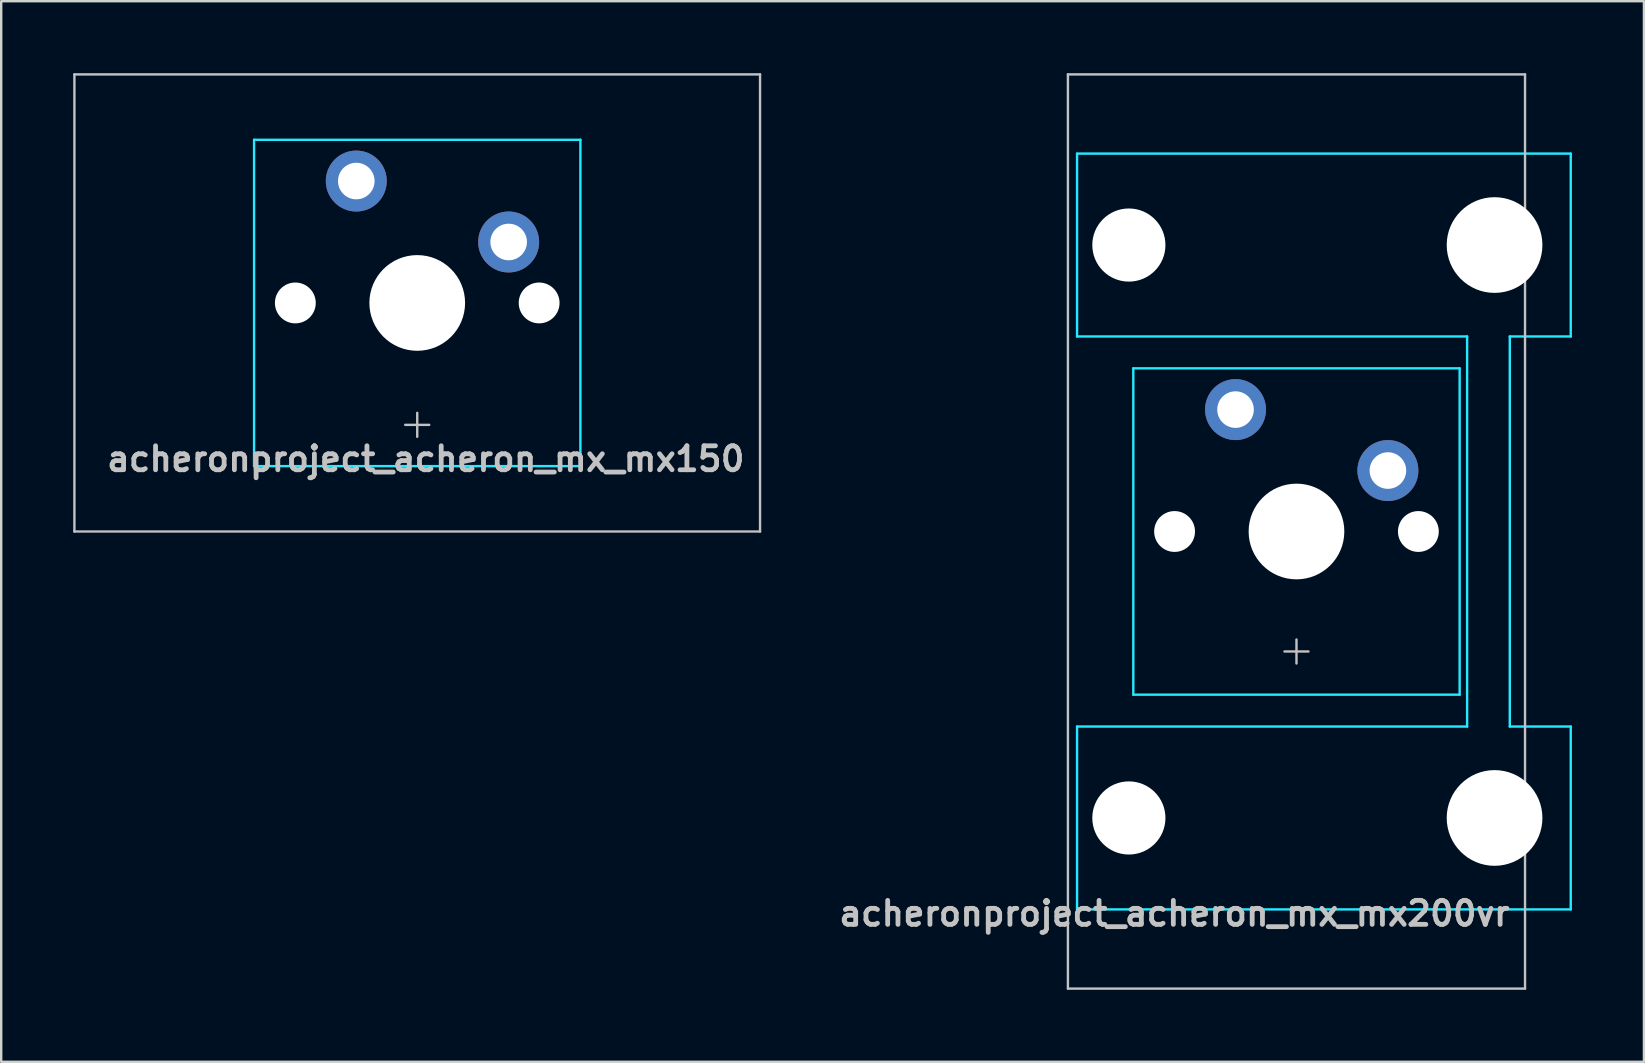
<source format=kicad_pcb>
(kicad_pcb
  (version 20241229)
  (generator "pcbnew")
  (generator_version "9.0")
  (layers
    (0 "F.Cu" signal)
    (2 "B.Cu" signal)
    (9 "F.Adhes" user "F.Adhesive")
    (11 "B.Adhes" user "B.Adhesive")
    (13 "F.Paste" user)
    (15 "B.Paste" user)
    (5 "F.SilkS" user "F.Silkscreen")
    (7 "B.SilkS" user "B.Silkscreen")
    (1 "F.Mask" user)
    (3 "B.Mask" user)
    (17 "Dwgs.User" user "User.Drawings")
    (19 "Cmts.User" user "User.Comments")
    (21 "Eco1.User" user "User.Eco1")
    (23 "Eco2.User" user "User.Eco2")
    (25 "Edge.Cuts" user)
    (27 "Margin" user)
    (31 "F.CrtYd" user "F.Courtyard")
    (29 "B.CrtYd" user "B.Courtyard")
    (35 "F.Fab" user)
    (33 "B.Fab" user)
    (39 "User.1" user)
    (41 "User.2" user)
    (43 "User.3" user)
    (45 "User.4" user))
  (footprint "acheronproject_acheron_mx_mx150"
    (layer "F.Cu")
    (at 14.338 9.575)
    (property "Reference" "acheronproject_acheron_mx_mx150" (at 13.75 6.5 0) (layer "Dwgs.User") (effects (font (size 1 1) (thickness 0.2)) (justify right)))
    (attr through_hole)
    (fp_line (start -14.287 -9.525) (end -14.287 9.525) (stroke (width 0.1) (type solid)) (layer "Dwgs.User"))
    (fp_line (start -14.287 -9.525) (end 14.287 -9.525) (stroke (width 0.1) (type solid)) (layer "Dwgs.User"))
    (fp_line (start -14.287 9.525) (end 14.287 9.525) (stroke (width 0.1) (type solid)) (layer "Dwgs.User"))
    (fp_line (start 0 5.58) (end 0 4.58) (stroke (width 0.1) (type solid)) (layer "Dwgs.User"))
    (fp_line (start 0.5 5.08) (end -0.5 5.08) (stroke (width 0.1) (type solid)) (layer "Dwgs.User"))
    (fp_line (start 14.287 -9.525) (end 14.287 9.525) (stroke (width 0.1) (type solid)) (layer "Dwgs.User"))
    (fp_line (start -7 -6.5) (end -7 6.5) (stroke (width 0.1) (type solid)) (layer "Eco1.User"))
    (fp_line (start -6.5 7) (end 6.5 7) (stroke (width 0.1) (type solid)) (layer "Eco1.User"))
    (fp_line (start 6.5 -7) (end -6.5 -7) (stroke (width 0.1) (type solid)) (layer "Eco1.User"))
    (fp_line (start 7 6.5) (end 7 -6.5) (stroke (width 0.1) (type solid)) (layer "Eco1.User"))
    (fp_arc (start -7 -6.5) (mid -6.853553 -6.853553) (end -6.5 -7) (stroke (width 0.1) (type solid)) (layer "Eco1.User"))
    (fp_arc (start -6.5 7) (mid -6.853553 6.853553) (end -7 6.5) (stroke (width 0.1) (type solid)) (layer "Eco1.User"))
    (fp_arc (start 6.5 -7) (mid 6.853553 -6.853553) (end 7 -6.5) (stroke (width 0.1) (type solid)) (layer "Eco1.User"))
    (fp_arc (start 7 6.5) (mid 6.853553 6.853553) (end 6.5 7) (stroke (width 0.1) (type solid)) (layer "Eco1.User"))
    (fp_line (start -6.8 -6.8) (end 6.8 -6.8) (stroke (width 0.1) (type solid)) (layer "B.CrtYd"))
    (fp_line (start -6.8 6.8) (end -6.8 -6.8) (stroke (width 0.1) (type solid)) (layer "B.CrtYd"))
    (fp_line (start -6.8 6.8) (end 6.8 6.8) (stroke (width 0.1) (type solid)) (layer "B.CrtYd"))
    (fp_line (start 6.8 6.8) (end 6.8 -6.8) (stroke (width 0.1) (type solid)) (layer "B.CrtYd"))
    (pad "" np_thru_hole circle (at -5.08 0) (size 1.702 1.702) (drill 1.702) (layers "*.Cu" "*.Mask"))
    (pad "" np_thru_hole circle (at 0 0) (size 3.988 3.988) (drill 3.988) (layers "*.Cu" "*.Mask"))
    (pad "" np_thru_hole circle (at 5.08 0) (size 1.702 1.702) (drill 1.702) (layers "*.Cu" "*.Mask"))
    (pad "1" thru_hole circle (at -2.54 -5.08) (size 2.54 2.54) (drill 1.524) (layers "*.Cu" "*.Mask"))
    (pad "2" thru_hole circle (at 3.81 -2.54) (size 2.54 2.54) (drill 1.524) (layers "*.Cu" "*.Mask")))
  (footprint "acheronproject_acheron_mx_mx200vr"
    (layer "F.Cu")
    (at 50.98 19.02)
    (property "Reference" "acheronproject_acheron_mx_mx200vr" (at 9 16 0) (layer "Dwgs.User") (effects (font (size 1 1) (thickness 0.2)) (justify right)))
    (attr through_hole)
    (fp_line (start -9.525 -18.97) (end -9.525 19.13) (stroke (width 0.1) (type solid)) (layer "Dwgs.User"))
    (fp_line (start -0.5 5.08) (end 0.5 5.08) (stroke (width 0.1) (type solid)) (layer "Dwgs.User"))
    (fp_line (start 0 5.58) (end 0 4.58) (stroke (width 0.1) (type solid)) (layer "Dwgs.User"))
    (fp_line (start 9.525 -18.97) (end -9.525 -18.97) (stroke (width 0.1) (type solid)) (layer "Dwgs.User"))
    (fp_line (start 9.525 -18.97) (end 9.525 19.13) (stroke (width 0.1) (type solid)) (layer "Dwgs.User"))
    (fp_line (start 9.525 19.13) (end -9.525 19.13) (stroke (width 0.1) (type solid)) (layer "Dwgs.User"))
    (fp_line (start -7 -6.42) (end -7 6.58) (stroke (width 0.1) (type solid)) (layer "Eco1.User"))
    (fp_line (start -6.5 7.08) (end 6.5 7.08) (stroke (width 0.1) (type solid)) (layer "Eco1.User"))
    (fp_line (start -5.985 -8.858) (end -5.985 -14.858) (stroke (width 0.1) (type solid)) (layer "Eco1.User"))
    (fp_line (start -5.985 15.018) (end -5.985 9.018) (stroke (width 0.1) (type solid)) (layer "Eco1.User"))
    (fp_line (start -5.485 -8.358) (end 8.515 -8.358) (stroke (width 0.1) (type solid)) (layer "Eco1.User"))
    (fp_line (start -5.485 15.518) (end 8.515 15.518) (stroke (width 0.1) (type solid)) (layer "Eco1.User"))
    (fp_line (start 6.5 -6.92) (end -6.5 -6.92) (stroke (width 0.1) (type solid)) (layer "Eco1.User"))
    (fp_line (start 7 6.58) (end 7 -6.42) (stroke (width 0.1) (type solid)) (layer "Eco1.User"))
    (fp_line (start 8.515 -15.358) (end -5.485 -15.358) (stroke (width 0.1) (type solid)) (layer "Eco1.User"))
    (fp_line (start 8.515 8.518) (end -5.485 8.518) (stroke (width 0.1) (type solid)) (layer "Eco1.User"))
    (fp_line (start 9.015 -14.858) (end 9.015 -8.858) (stroke (width 0.1) (type solid)) (layer "Eco1.User"))
    (fp_line (start 9.015 9.018) (end 9.015 15.018) (stroke (width 0.1) (type solid)) (layer "Eco1.User"))
    (fp_arc (start -7 -6.42) (mid -6.853553 -6.773553) (end -6.5 -6.92) (stroke (width 0.1) (type solid)) (layer "Eco1.User"))
    (fp_arc (start -6.5 7.08) (mid -6.853553 6.933553) (end -7 6.58) (stroke (width 0.1) (type solid)) (layer "Eco1.User"))
    (fp_arc (start -5.985 -14.858) (mid -5.838553 -15.211553) (end -5.485 -15.358) (stroke (width 0.1) (type solid)) (layer "Eco1.User"))
    (fp_arc (start -5.985 9.018) (mid -5.838553 8.664447) (end -5.485 8.518) (stroke (width 0.1) (type solid)) (layer "Eco1.User"))
    (fp_arc (start -5.485 -8.358) (mid -5.838553 -8.504447) (end -5.985 -8.858) (stroke (width 0.1) (type solid)) (layer "Eco1.User"))
    (fp_arc (start -5.485 15.518) (mid -5.838553 15.371553) (end -5.985 15.018) (stroke (width 0.1) (type solid)) (layer "Eco1.User"))
    (fp_arc (start 6.5 -6.92) (mid 6.853553 -6.773553) (end 7 -6.42) (stroke (width 0.1) (type solid)) (layer "Eco1.User"))
    (fp_arc (start 7 6.58) (mid 6.853553 6.933553) (end 6.5 7.08) (stroke (width 0.1) (type solid)) (layer "Eco1.User"))
    (fp_arc (start 8.515 -15.358) (mid 8.868553 -15.211553) (end 9.015 -14.858) (stroke (width 0.1) (type solid)) (layer "Eco1.User"))
    (fp_arc (start 8.515 8.518) (mid 8.868553 8.664447) (end 9.015 9.018) (stroke (width 0.1) (type solid)) (layer "Eco1.User"))
    (fp_arc (start 9.015 -8.858) (mid 8.868553 -8.504447) (end 8.515 -8.358) (stroke (width 0.1) (type solid)) (layer "Eco1.User"))
    (fp_arc (start 9.015 15.018) (mid 8.868553 15.371553) (end 8.515 15.518) (stroke (width 0.1) (type solid)) (layer "Eco1.User"))
    (fp_line (start -9.144 -15.668) (end 11.43 -15.668) (stroke (width 0.1) (type solid)) (layer "B.CrtYd"))
    (fp_line (start -9.144 -8.048) (end -9.144 -15.668) (stroke (width 0.1) (type solid)) (layer "B.CrtYd"))
    (fp_line (start -9.144 -8.048) (end 7.112 -8.048) (stroke (width 0.1) (type solid)) (layer "B.CrtYd"))
    (fp_line (start -9.144 8.208) (end 7.112 8.208) (stroke (width 0.1) (type solid)) (layer "B.CrtYd"))
    (fp_line (start -9.144 15.828) (end -9.144 8.208) (stroke (width 0.1) (type solid)) (layer "B.CrtYd"))
    (fp_line (start -6.8 6.88) (end -6.8 -6.72) (stroke (width 0.1) (type solid)) (layer "B.CrtYd"))
    (fp_line (start 6.8 -6.72) (end -6.8 -6.72) (stroke (width 0.1) (type solid)) (layer "B.CrtYd"))
    (fp_line (start 6.8 6.88) (end -6.8 6.88) (stroke (width 0.1) (type solid)) (layer "B.CrtYd"))
    (fp_line (start 6.8 6.88) (end 6.8 -6.72) (stroke (width 0.1) (type solid)) (layer "B.CrtYd"))
    (fp_line (start 7.112 8.208) (end 7.112 -8.048) (stroke (width 0.1) (type solid)) (layer "B.CrtYd"))
    (fp_line (start 8.89 8.208) (end 8.89 -8.048) (stroke (width 0.1) (type solid)) (layer "B.CrtYd"))
    (fp_line (start 11.43 -15.668) (end 11.43 -8.048) (stroke (width 0.1) (type solid)) (layer "B.CrtYd"))
    (fp_line (start 11.43 -8.048) (end 8.89 -8.048) (stroke (width 0.1) (type solid)) (layer "B.CrtYd"))
    (fp_line (start 11.43 8.208) (end 8.89 8.208) (stroke (width 0.1) (type solid)) (layer "B.CrtYd"))
    (fp_line (start 11.43 8.208) (end 11.43 15.828) (stroke (width 0.1) (type solid)) (layer "B.CrtYd"))
    (fp_line (start 11.43 15.828) (end -9.144 15.828) (stroke (width 0.1) (type solid)) (layer "B.CrtYd"))
    (pad "" np_thru_hole circle (at -6.985 -11.858 90) (size 3.048 3.048) (drill 3.048) (layers "*.Cu" "*.Mask"))
    (pad "" np_thru_hole circle (at -6.985 12.018 90) (size 3.048 3.048) (drill 3.048) (layers "*.Cu" "*.Mask"))
    (pad "" np_thru_hole circle (at -5.08 0.08) (size 1.702 1.702) (drill 1.702) (layers "*.Cu" "*.Mask"))
    (pad "" np_thru_hole circle (at 0 0.08 180) (size 3.988 3.988) (drill 3.988) (layers "*.Cu" "*.Mask"))
    (pad "" np_thru_hole circle (at 5.08 0.08) (size 1.702 1.702) (drill 1.702) (layers "*.Cu" "*.Mask"))
    (pad "" np_thru_hole circle (at 8.255 -11.858 90) (size 3.988 3.988) (drill 3.988) (layers "*.Cu" "*.Mask"))
    (pad "" np_thru_hole circle (at 8.255 12.018 90) (size 3.988 3.988) (drill 3.988) (layers "*.Cu" "*.Mask"))
    (pad "1" thru_hole circle (at -2.54 -5) (size 2.54 2.54) (drill 1.524) (layers "*.Cu" "*.Mask"))
    (pad "2" thru_hole circle (at 3.81 -2.46) (size 2.54 2.54) (drill 1.524) (layers "*.Cu" "*.Mask")))
  (gr_rect
    (start -3 -3)
    (end 65.46 41.2)
    (stroke (width 0.1) (type default))
    (fill no)
    (layer "Edge.Cuts")))
</source>
